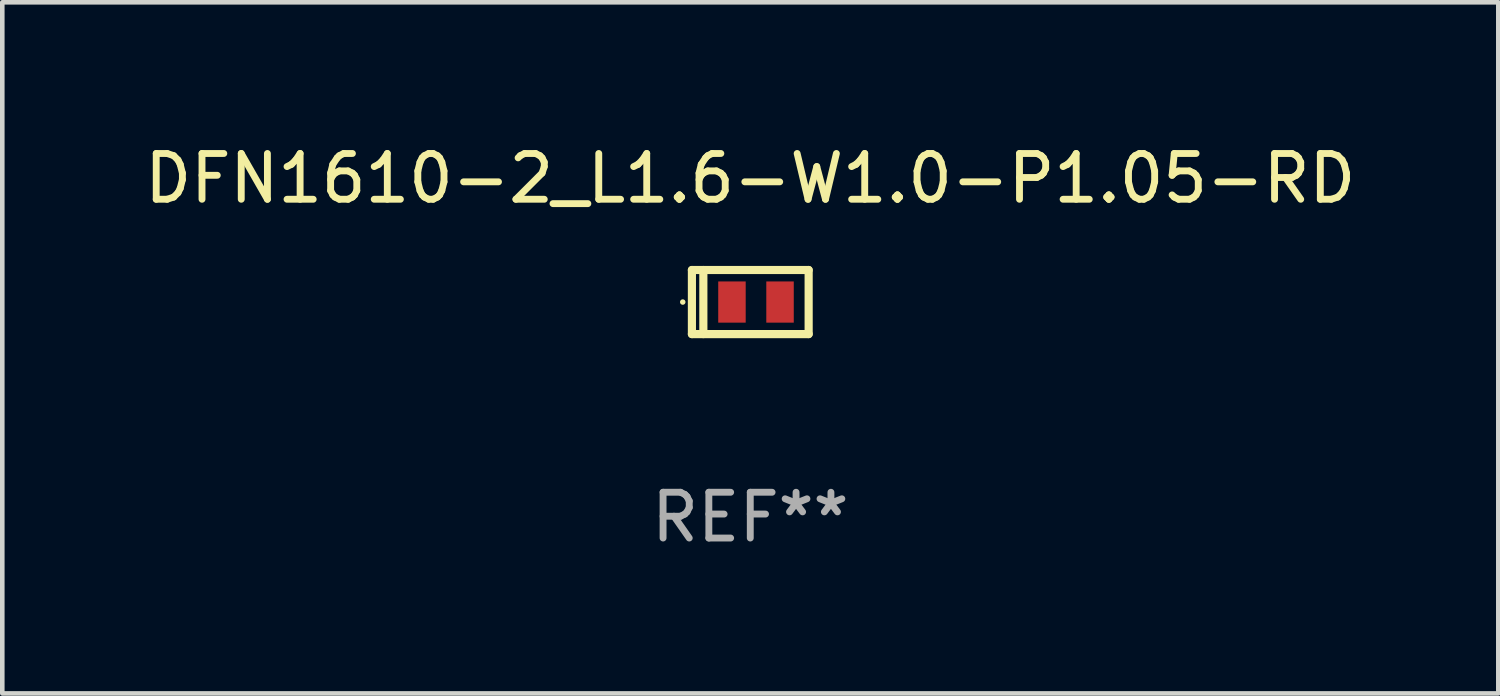
<source format=kicad_pcb>
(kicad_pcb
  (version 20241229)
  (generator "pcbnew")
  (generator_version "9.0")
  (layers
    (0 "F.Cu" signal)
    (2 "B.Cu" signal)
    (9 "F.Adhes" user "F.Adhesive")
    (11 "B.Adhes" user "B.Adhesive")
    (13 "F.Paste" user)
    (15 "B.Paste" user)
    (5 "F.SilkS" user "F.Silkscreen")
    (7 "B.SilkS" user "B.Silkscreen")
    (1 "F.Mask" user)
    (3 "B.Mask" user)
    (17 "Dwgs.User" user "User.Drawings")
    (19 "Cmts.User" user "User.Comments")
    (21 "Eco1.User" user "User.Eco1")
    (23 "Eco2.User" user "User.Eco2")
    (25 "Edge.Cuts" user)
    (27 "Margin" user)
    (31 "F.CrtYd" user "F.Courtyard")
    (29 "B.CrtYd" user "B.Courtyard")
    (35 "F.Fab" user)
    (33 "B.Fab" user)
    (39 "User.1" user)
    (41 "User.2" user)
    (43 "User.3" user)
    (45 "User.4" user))
  (footprint "DFN1610-2_L1.6-W1.0-P1.05-RD"
    (layer "F.Cu")
    (at 13.464 3.548)
    (property "Reference" "DFN1610-2_L1.6-W1.0-P1.05-RD" (at -0.125 -2.7 0) (layer "F.SilkS") (effects (font (size 1 1) (thickness 0.15))))
    (attr through_hole)
    (fp_line (start -1.4 -0.7) (end -1.4 0.7) (stroke (width 0.178) (type solid)) (layer "F.SilkS"))
    (fp_line (start -1.4 -0.7) (end 1.15 -0.7) (stroke (width 0.178) (type solid)) (layer "F.SilkS"))
    (fp_line (start -1.4 0.7) (end 1.15 0.7) (stroke (width 0.178) (type solid)) (layer "F.SilkS"))
    (fp_line (start -1.15 -0.7) (end -1.15 0.7) (stroke (width 0.178) (type solid)) (layer "F.SilkS"))
    (fp_line (start 1.15 -0.7) (end 1.15 0.7) (stroke (width 0.178) (type solid)) (layer "F.SilkS"))
    (fp_circle (center -1.6 0) (end -1.57 0) (stroke (width 0.06) (type solid)) (fill no) (layer "F.SilkS"))
    (fp_text user "REF**" (at -0.125 4.7 0) (layer "F.Fab") (effects (font (size 1 1) (thickness 0.15))))
    (pad "1" smd rect (at -0.525 -0.000076 90) (size 0.9 0.6) (layers "F.Cu" "F.Mask" "F.Paste"))
    (pad "2" smd rect (at 0.525 -0.000076 90) (size 0.9 0.6) (layers "F.Cu" "F.Mask" "F.Paste")))
  (gr_rect
    (start -3 -3)
    (end 29.679 12.097)
    (stroke (width 0.1) (type default))
    (fill no)
    (layer "Edge.Cuts")))
</source>
